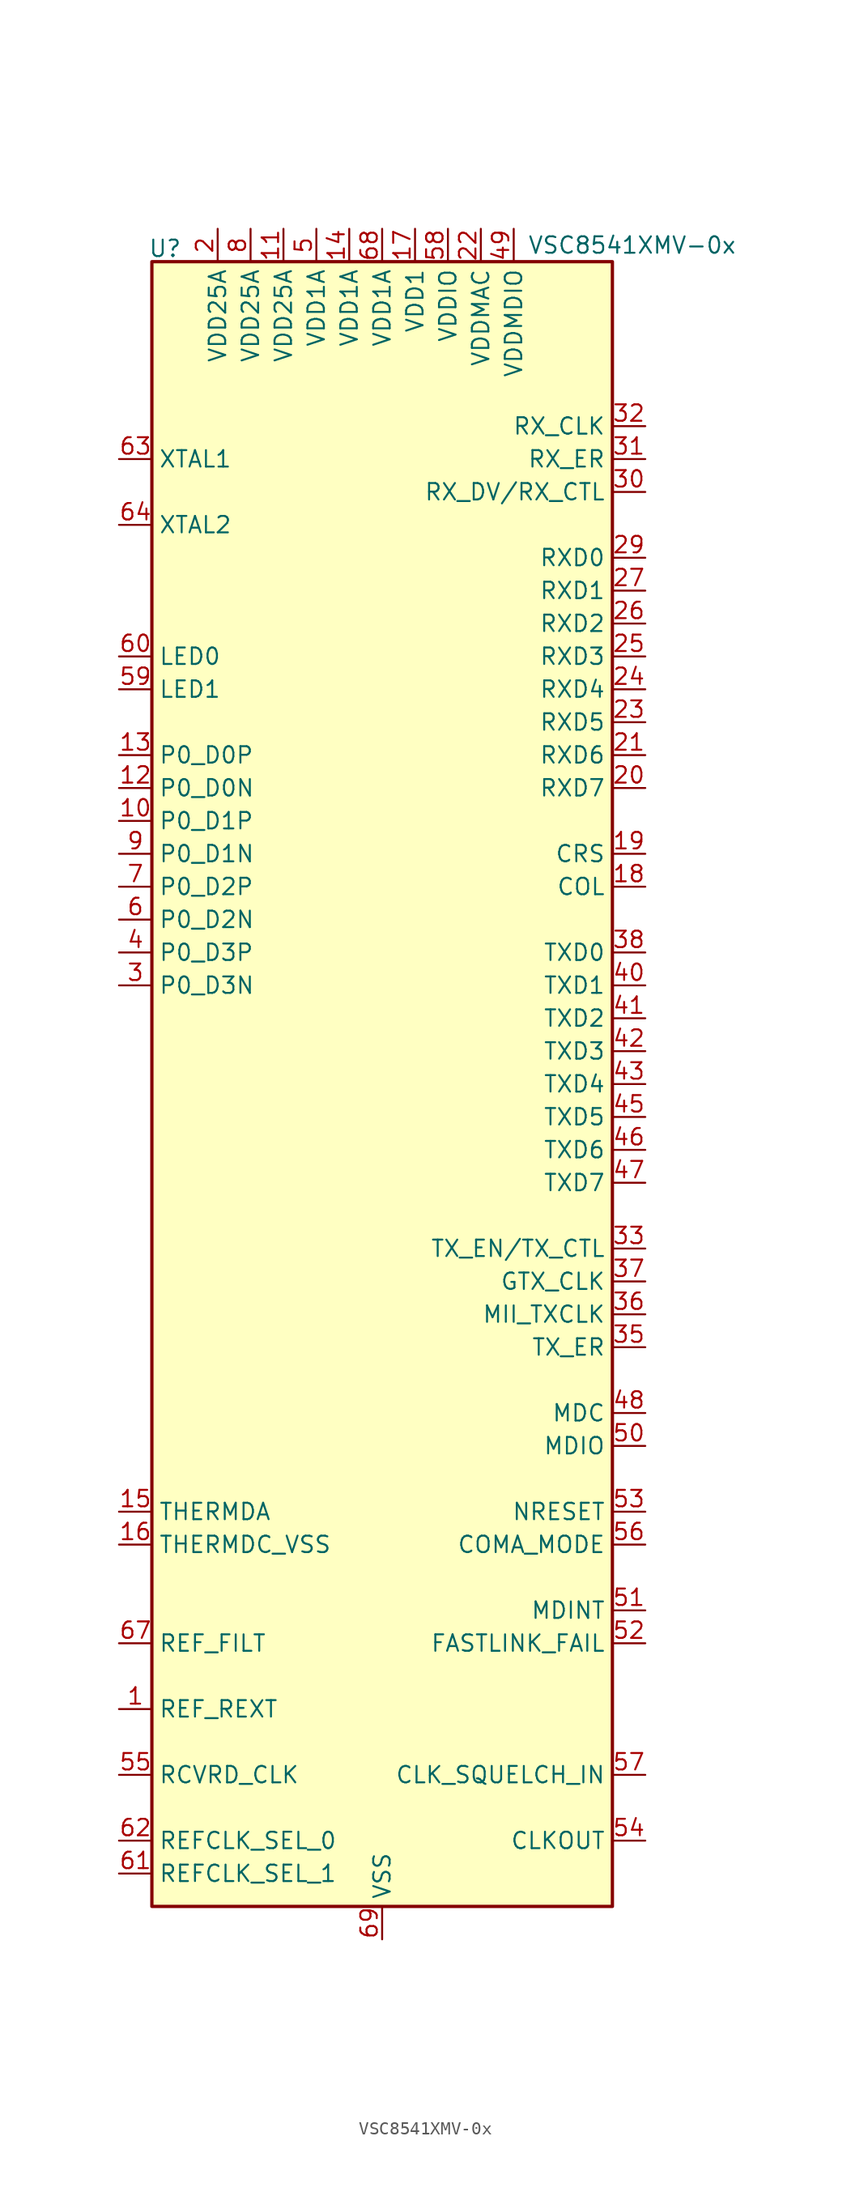
<source format=kicad_sym>
(kicad_symbol_lib
  (version 20201005)
  (generator kicad_symbol_editor)
  (symbol "VSC8541XMV-0x"
    (property "Reference" "U"
      (at -16.764 64.516 0)
      (effects (font (size 1.27 1.27))))
    (property "Value" "VSC8541XMV-0x"
      (at 19.304 64.77 0)
      (effects (font (size 1.27 1.27))))
    (symbol "VSC8541XMV-0x_0_1"
      (rectangle (start 17.78 -63.5) (end -17.78 63.5) (stroke (width 0.254)) (fill (type background)))
      (pin passive line (at -20.32 -48.26 0) (length 2.54) (name "REF_REXT" (effects (font (size 1.27 1.27)))) (number "1" (effects (font (size 1.27 1.27)))))
      (pin passive line (at -20.32 20.32 0) (length 2.54) (name "P0_D1P" (effects (font (size 1.27 1.27)))) (number "10" (effects (font (size 1.27 1.27)))))
      (pin power_in line (at -7.62 66.04 270) (length 2.54) (name "VDD25A" (effects (font (size 1.27 1.27)))) (number "11" (effects (font (size 1.27 1.27)))))
      (pin passive line (at -20.32 22.86 0) (length 2.54) (name "P0_D0N" (effects (font (size 1.27 1.27)))) (number "12" (effects (font (size 1.27 1.27)))))
      (pin passive line (at -20.32 25.4 0) (length 2.54) (name "P0_D0P" (effects (font (size 1.27 1.27)))) (number "13" (effects (font (size 1.27 1.27)))))
      (pin power_in line (at -2.54 66.04 270) (length 2.54) (name "VDD1A" (effects (font (size 1.27 1.27)))) (number "14" (effects (font (size 1.27 1.27)))))
      (pin passive line (at -20.32 -33.02 0) (length 2.54) (name "THERMDA" (effects (font (size 1.27 1.27)))) (number "15" (effects (font (size 1.27 1.27)))))
      (pin passive line (at -20.32 -35.56 0) (length 2.54) (name "THERMDC_VSS" (effects (font (size 1.27 1.27)))) (number "16" (effects (font (size 1.27 1.27)))))
      (pin power_in line (at 2.54 66.04 270) (length 2.54) (name "VDD1" (effects (font (size 1.27 1.27)))) (number "17" (effects (font (size 1.27 1.27)))))
      (pin bidirectional line (at 20.32 15.24 180) (length 2.54) (name "COL" (effects (font (size 1.27 1.27)))) (number "18" (effects (font (size 1.27 1.27)))))
      (pin bidirectional line (at 20.32 17.78 180) (length 2.54) (name "CRS" (effects (font (size 1.27 1.27)))) (number "19" (effects (font (size 1.27 1.27)))))
      (pin power_in line (at -12.7 66.04 270) (length 2.54) (name "VDD25A" (effects (font (size 1.27 1.27)))) (number "2" (effects (font (size 1.27 1.27)))))
      (pin bidirectional line (at 20.32 22.86 180) (length 2.54) (name "RXD7" (effects (font (size 1.27 1.27)))) (number "20" (effects (font (size 1.27 1.27)))))
      (pin bidirectional line (at 20.32 25.4 180) (length 2.54) (name "RXD6" (effects (font (size 1.27 1.27)))) (number "21" (effects (font (size 1.27 1.27)))))
      (pin power_in line (at 7.62 66.04 270) (length 2.54) (name "VDDMAC" (effects (font (size 1.27 1.27)))) (number "22" (effects (font (size 1.27 1.27)))))
      (pin bidirectional line (at 20.32 27.94 180) (length 2.54) (name "RXD5" (effects (font (size 1.27 1.27)))) (number "23" (effects (font (size 1.27 1.27)))))
      (pin bidirectional line (at 20.32 30.48 180) (length 2.54) (name "RXD4" (effects (font (size 1.27 1.27)))) (number "24" (effects (font (size 1.27 1.27)))))
      (pin bidirectional line (at 20.32 33.02 180) (length 2.54) (name "RXD3" (effects (font (size 1.27 1.27)))) (number "25" (effects (font (size 1.27 1.27)))))
      (pin bidirectional line (at 20.32 35.56 180) (length 2.54) (name "RXD2" (effects (font (size 1.27 1.27)))) (number "26" (effects (font (size 1.27 1.27)))))
      (pin bidirectional line (at 20.32 38.1 180) (length 2.54) (name "RXD1" (effects (font (size 1.27 1.27)))) (number "27" (effects (font (size 1.27 1.27)))))
      (pin passive line (at 7.62 66.04 270) (length 2.54) hide (name "VDDMAC" (effects (font (size 1.27 1.27)))) (number "28" (effects (font (size 1.27 1.27)))))
      (pin bidirectional line (at 20.32 40.64 180) (length 2.54) (name "RXD0" (effects (font (size 1.27 1.27)))) (number "29" (effects (font (size 1.27 1.27)))))
      (pin passive line (at -20.32 7.62 0) (length 2.54) (name "P0_D3N" (effects (font (size 1.27 1.27)))) (number "3" (effects (font (size 1.27 1.27)))))
      (pin bidirectional line (at 20.32 45.72 180) (length 2.54) (name "RX_DV/RX_CTL" (effects (font (size 1.27 1.27)))) (number "30" (effects (font (size 1.27 1.27)))))
      (pin bidirectional line (at 20.32 48.26 180) (length 2.54) (name "RX_ER" (effects (font (size 1.27 1.27)))) (number "31" (effects (font (size 1.27 1.27)))))
      (pin bidirectional line (at 20.32 50.8 180) (length 2.54) (name "RX_CLK" (effects (font (size 1.27 1.27)))) (number "32" (effects (font (size 1.27 1.27)))))
      (pin input line (at 20.32 -12.7 180) (length 2.54) (name "TX_EN/TX_CTL" (effects (font (size 1.27 1.27)))) (number "33" (effects (font (size 1.27 1.27)))))
      (pin passive line (at 2.54 66.04 270) (length 2.54) hide (name "VDD1" (effects (font (size 1.27 1.27)))) (number "34" (effects (font (size 1.27 1.27)))))
      (pin input line (at 20.32 -20.32 180) (length 2.54) (name "TX_ER" (effects (font (size 1.27 1.27)))) (number "35" (effects (font (size 1.27 1.27)))))
      (pin bidirectional line (at 20.32 -17.78 180) (length 2.54) (name "MII_TXCLK" (effects (font (size 1.27 1.27)))) (number "36" (effects (font (size 1.27 1.27)))))
      (pin input line (at 20.32 -15.24 180) (length 2.54) (name "GTX_CLK" (effects (font (size 1.27 1.27)))) (number "37" (effects (font (size 1.27 1.27)))))
      (pin input line (at 20.32 10.16 180) (length 2.54) (name "TXD0" (effects (font (size 1.27 1.27)))) (number "38" (effects (font (size 1.27 1.27)))))
      (pin passive line (at 7.62 66.04 270) (length 2.54) hide (name "VDDMAC" (effects (font (size 1.27 1.27)))) (number "39" (effects (font (size 1.27 1.27)))))
      (pin passive line (at -20.32 10.16 0) (length 2.54) (name "P0_D3P" (effects (font (size 1.27 1.27)))) (number "4" (effects (font (size 1.27 1.27)))))
      (pin input line (at 20.32 7.62 180) (length 2.54) (name "TXD1" (effects (font (size 1.27 1.27)))) (number "40" (effects (font (size 1.27 1.27)))))
      (pin input line (at 20.32 5.08 180) (length 2.54) (name "TXD2" (effects (font (size 1.27 1.27)))) (number "41" (effects (font (size 1.27 1.27)))))
      (pin input line (at 20.32 2.54 180) (length 2.54) (name "TXD3" (effects (font (size 1.27 1.27)))) (number "42" (effects (font (size 1.27 1.27)))))
      (pin input line (at 20.32 0 180) (length 2.54) (name "TXD4" (effects (font (size 1.27 1.27)))) (number "43" (effects (font (size 1.27 1.27)))))
      (pin passive line (at 7.62 66.04 270) (length 2.54) hide (name "VDDMAC" (effects (font (size 1.27 1.27)))) (number "44" (effects (font (size 1.27 1.27)))))
      (pin input line (at 20.32 -2.54 180) (length 2.54) (name "TXD5" (effects (font (size 1.27 1.27)))) (number "45" (effects (font (size 1.27 1.27)))))
      (pin input line (at 20.32 -5.08 180) (length 2.54) (name "TXD6" (effects (font (size 1.27 1.27)))) (number "46" (effects (font (size 1.27 1.27)))))
      (pin input line (at 20.32 -7.62 180) (length 2.54) (name "TXD7" (effects (font (size 1.27 1.27)))) (number "47" (effects (font (size 1.27 1.27)))))
      (pin input line (at 20.32 -25.4 180) (length 2.54) (name "MDC" (effects (font (size 1.27 1.27)))) (number "48" (effects (font (size 1.27 1.27)))))
      (pin power_in line (at 10.16 66.04 270) (length 2.54) (name "VDDMDIO" (effects (font (size 1.27 1.27)))) (number "49" (effects (font (size 1.27 1.27)))))
      (pin power_in line (at -5.08 66.04 270) (length 2.54) (name "VDD1A" (effects (font (size 1.27 1.27)))) (number "5" (effects (font (size 1.27 1.27)))))
      (pin bidirectional line (at 20.32 -27.94 180) (length 2.54) (name "MDIO" (effects (font (size 1.27 1.27)))) (number "50" (effects (font (size 1.27 1.27)))))
      (pin output line (at 20.32 -40.64 180) (length 2.54) (name "MDINT" (effects (font (size 1.27 1.27)))) (number "51" (effects (font (size 1.27 1.27)))))
      (pin output line (at 20.32 -43.18 180) (length 2.54) (name "FASTLINK_FAIL" (effects (font (size 1.27 1.27)))) (number "52" (effects (font (size 1.27 1.27)))))
      (pin input line (at 20.32 -33.02 180) (length 2.54) (name "NRESET" (effects (font (size 1.27 1.27)))) (number "53" (effects (font (size 1.27 1.27)))))
      (pin bidirectional line (at 20.32 -58.42 180) (length 2.54) (name "CLKOUT" (effects (font (size 1.27 1.27)))) (number "54" (effects (font (size 1.27 1.27)))))
      (pin output line (at -20.32 -53.34 0) (length 2.54) (name "RCVRD_CLK" (effects (font (size 1.27 1.27)))) (number "55" (effects (font (size 1.27 1.27)))))
      (pin bidirectional line (at 20.32 -35.56 180) (length 2.54) (name "COMA_MODE" (effects (font (size 1.27 1.27)))) (number "56" (effects (font (size 1.27 1.27)))))
      (pin input line (at 20.32 -53.34 180) (length 2.54) (name "CLK_SQUELCH_IN" (effects (font (size 1.27 1.27)))) (number "57" (effects (font (size 1.27 1.27)))))
      (pin power_in line (at 5.08 66.04 270) (length 2.54) (name "VDDIO" (effects (font (size 1.27 1.27)))) (number "58" (effects (font (size 1.27 1.27)))))
      (pin output line (at -20.32 30.48 0) (length 2.54) (name "LED1" (effects (font (size 1.27 1.27)))) (number "59" (effects (font (size 1.27 1.27)))))
      (pin passive line (at -20.32 12.7 0) (length 2.54) (name "P0_D2N" (effects (font (size 1.27 1.27)))) (number "6" (effects (font (size 1.27 1.27)))))
      (pin output line (at -20.32 33.02 0) (length 2.54) (name "LED0" (effects (font (size 1.27 1.27)))) (number "60" (effects (font (size 1.27 1.27)))))
      (pin input line (at -20.32 -60.96 0) (length 2.54) (name "REFCLK_SEL_1" (effects (font (size 1.27 1.27)))) (number "61" (effects (font (size 1.27 1.27)))))
      (pin input line (at -20.32 -58.42 0) (length 2.54) (name "REFCLK_SEL_0" (effects (font (size 1.27 1.27)))) (number "62" (effects (font (size 1.27 1.27)))))
      (pin input line (at -20.32 48.26 0) (length 2.54) (name "XTAL1" (effects (font (size 1.27 1.27)))) (number "63" (effects (font (size 1.27 1.27)))))
      (pin output line (at -20.32 43.18 0) (length 2.54) (name "XTAL2" (effects (font (size 1.27 1.27)))) (number "64" (effects (font (size 1.27 1.27)))))
      (pin no_connect line (at -17.78 -20.32 0) (length 2.54) hide (name "RESERVED_1" (effects (font (size 1.27 1.27)))) (number "65" (effects (font (size 1.27 1.27)))))
      (pin no_connect line (at -17.78 -17.78 0) (length 2.54) hide (name "RESERVED_0" (effects (font (size 1.27 1.27)))) (number "66" (effects (font (size 1.27 1.27)))))
      (pin passive line (at -20.32 -43.18 0) (length 2.54) (name "REF_FILT" (effects (font (size 1.27 1.27)))) (number "67" (effects (font (size 1.27 1.27)))))
      (pin power_in line (at 0 66.04 270) (length 2.54) (name "VDD1A" (effects (font (size 1.27 1.27)))) (number "68" (effects (font (size 1.27 1.27)))))
      (pin power_in line (at 0 -66.04 90) (length 2.54) (name "VSS" (effects (font (size 1.27 1.27)))) (number "69" (effects (font (size 1.27 1.27)))))
      (pin passive line (at -20.32 15.24 0) (length 2.54) (name "P0_D2P" (effects (font (size 1.27 1.27)))) (number "7" (effects (font (size 1.27 1.27)))))
      (pin power_in line (at -10.16 66.04 270) (length 2.54) (name "VDD25A" (effects (font (size 1.27 1.27)))) (number "8" (effects (font (size 1.27 1.27)))))
      (pin passive line (at -20.32 17.78 0) (length 2.54) (name "P0_D1N" (effects (font (size 1.27 1.27)))) (number "9" (effects (font (size 1.27 1.27))))))))
</source>
